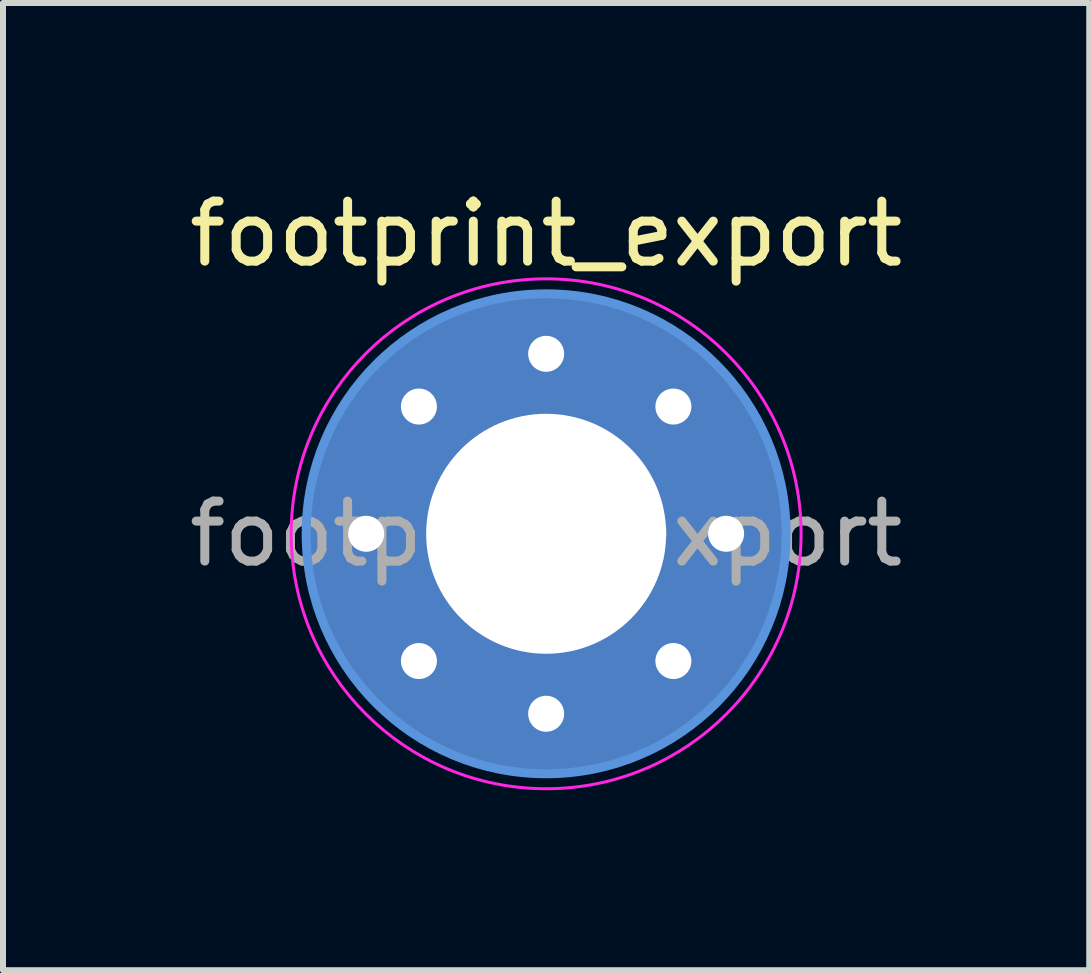
<source format=kicad_pcb>
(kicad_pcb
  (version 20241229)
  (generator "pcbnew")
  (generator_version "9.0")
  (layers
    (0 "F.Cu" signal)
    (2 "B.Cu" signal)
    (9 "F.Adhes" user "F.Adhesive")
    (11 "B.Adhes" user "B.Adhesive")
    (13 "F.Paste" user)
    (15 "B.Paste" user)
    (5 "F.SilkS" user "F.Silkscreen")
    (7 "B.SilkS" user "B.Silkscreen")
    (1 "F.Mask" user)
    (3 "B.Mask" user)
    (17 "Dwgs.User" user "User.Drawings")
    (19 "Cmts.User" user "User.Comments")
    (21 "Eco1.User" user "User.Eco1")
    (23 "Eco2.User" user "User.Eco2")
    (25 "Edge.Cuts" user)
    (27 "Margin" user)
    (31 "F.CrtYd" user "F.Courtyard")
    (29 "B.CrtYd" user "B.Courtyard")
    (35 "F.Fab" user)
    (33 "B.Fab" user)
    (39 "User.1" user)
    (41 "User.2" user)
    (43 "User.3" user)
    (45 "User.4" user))
  (footprint "footprint_export"
    (layer "F.Cu")
    (at 6.054 5.848)
    (property "Reference" "footprint_export" (at 0 -5 0) (layer "F.SilkS") (effects (font (size 1 1) (thickness 0.15))))
    (attr exclude_from_pos_files exclude_from_bom)
    (fp_circle (center 0 0) (end 4 0) (stroke (width 0.15) (type solid)) (fill no) (layer "Cmts.User"))
    (fp_circle (center 0 0) (end 4.25 0) (stroke (width 0.05) (type solid)) (fill no) (layer "F.CrtYd"))
    (fp_text user "${REFERENCE}" (at 0 0 0) (layer "F.Fab") (effects (font (size 1 1) (thickness 0.15))))
    (pad "1" thru_hole circle (at -3 0) (size 0.9 0.9) (drill 0.6) (layers "*.Cu" "*.Mask"))
    (pad "1" thru_hole circle (at -2.121 -2.121) (size 0.9 0.9) (drill 0.6) (layers "*.Cu" "*.Mask"))
    (pad "1" thru_hole circle (at -2.121 2.121) (size 0.9 0.9) (drill 0.6) (layers "*.Cu" "*.Mask"))
    (pad "1" thru_hole circle (at 0 -3) (size 0.9 0.9) (drill 0.6) (layers "*.Cu" "*.Mask"))
    (pad "1" thru_hole circle (at 0 0) (size 8 8) (drill 4) (layers "*.Cu" "*.Mask"))
    (pad "1" thru_hole circle (at 0 3) (size 0.9 0.9) (drill 0.6) (layers "*.Cu" "*.Mask"))
    (pad "1" thru_hole circle (at 2.121 -2.121) (size 0.9 0.9) (drill 0.6) (layers "*.Cu" "*.Mask"))
    (pad "1" thru_hole circle (at 2.121 2.121) (size 0.9 0.9) (drill 0.6) (layers "*.Cu" "*.Mask"))
    (pad "1" thru_hole circle (at 3 0) (size 0.9 0.9) (drill 0.6) (layers "*.Cu" "*.Mask")))
  (gr_rect
    (start -3 -3)
    (end 15.107 13.123)
    (stroke (width 0.1) (type default))
    (fill no)
    (layer "Edge.Cuts")))
</source>
